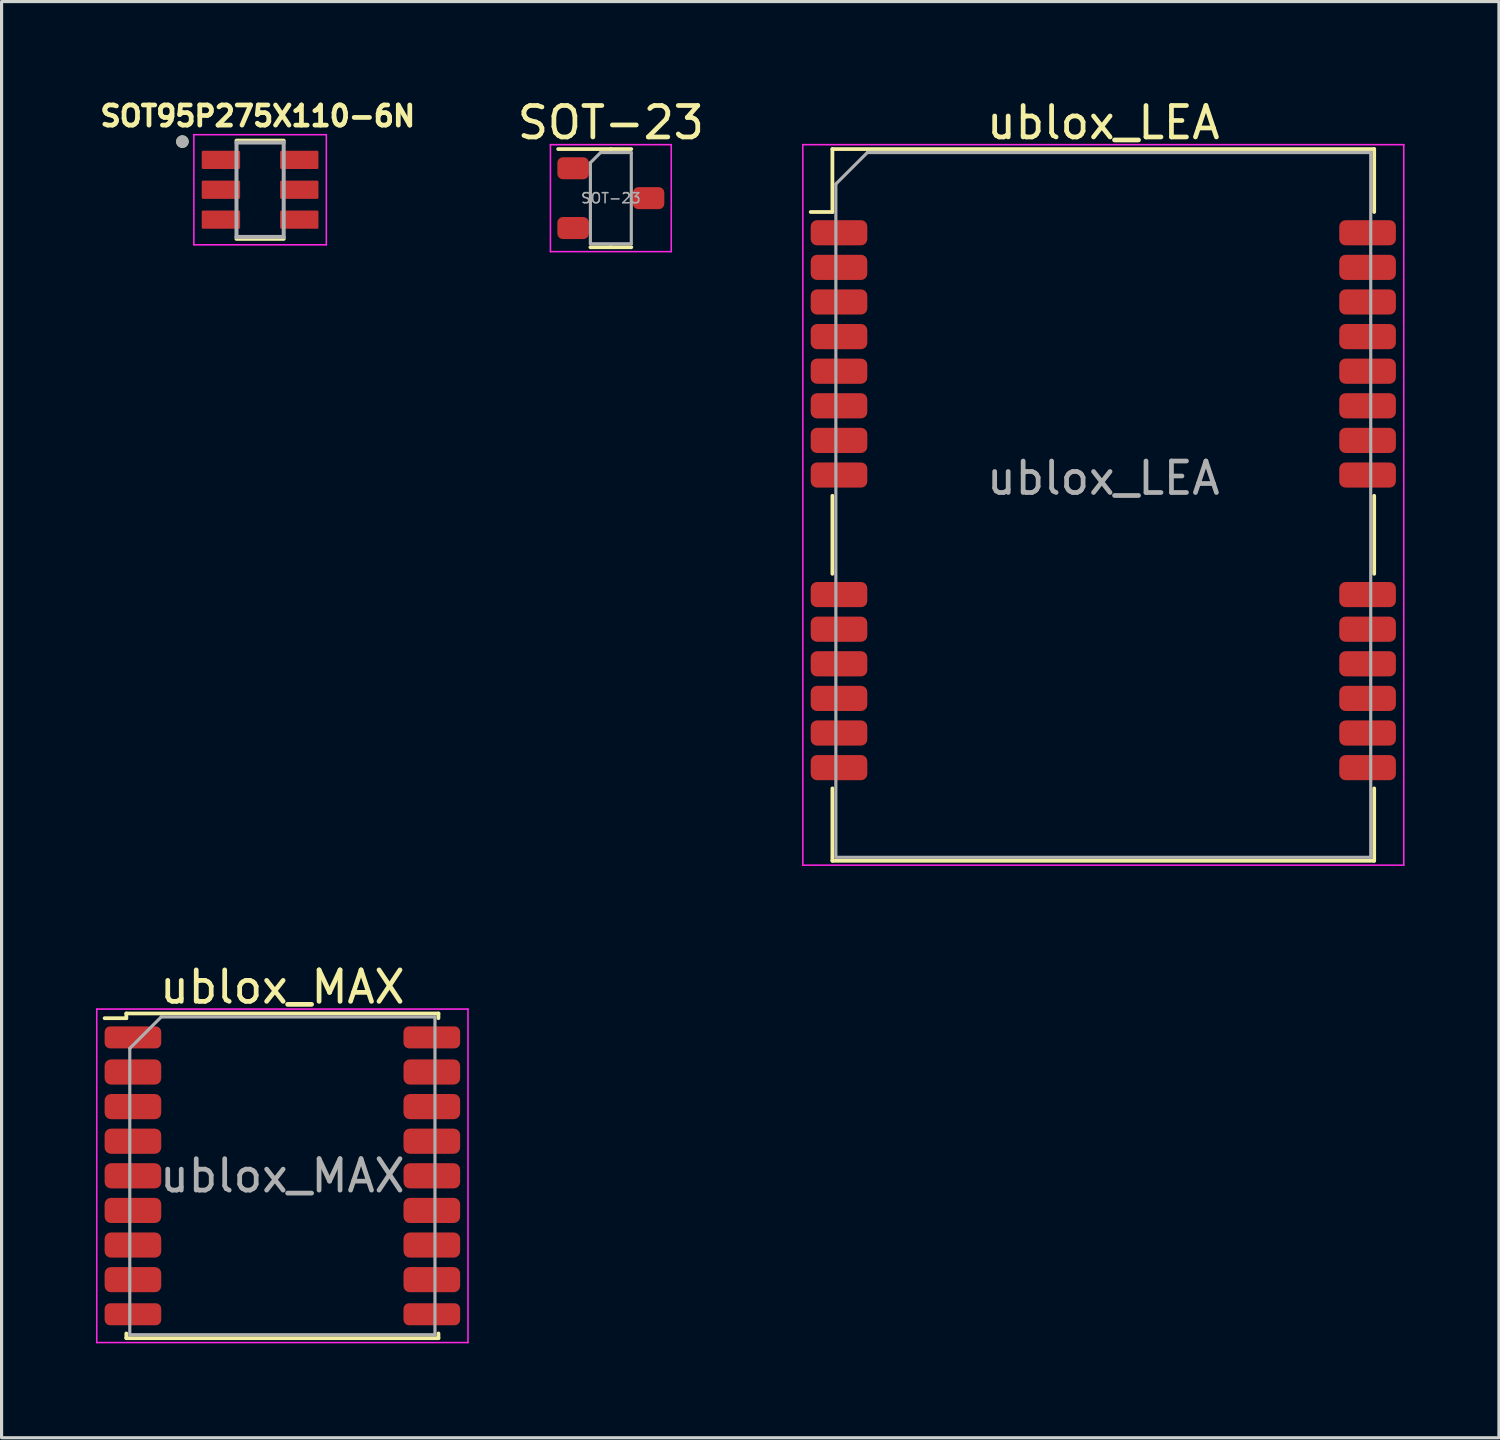
<source format=kicad_pcb>
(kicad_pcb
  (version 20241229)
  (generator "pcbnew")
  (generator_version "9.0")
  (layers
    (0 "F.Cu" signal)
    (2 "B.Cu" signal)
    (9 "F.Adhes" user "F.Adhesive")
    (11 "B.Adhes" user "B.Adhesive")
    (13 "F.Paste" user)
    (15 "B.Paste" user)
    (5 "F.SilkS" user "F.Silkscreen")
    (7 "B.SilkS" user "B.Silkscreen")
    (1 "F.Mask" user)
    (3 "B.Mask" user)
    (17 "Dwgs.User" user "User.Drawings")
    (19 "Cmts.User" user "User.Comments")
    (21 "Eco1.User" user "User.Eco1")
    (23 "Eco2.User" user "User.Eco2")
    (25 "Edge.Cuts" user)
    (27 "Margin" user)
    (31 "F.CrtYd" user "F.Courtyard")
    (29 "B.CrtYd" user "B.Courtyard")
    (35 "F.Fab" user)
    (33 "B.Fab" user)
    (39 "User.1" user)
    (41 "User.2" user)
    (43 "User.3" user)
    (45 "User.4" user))
  (footprint "ublox_LEA"
    (layer "F.Cu")
    (at 32.017 12.848)
    (property "Reference" "ublox_LEA" (at 0 -12 0) (layer "F.SilkS") (effects (font (size 1 1) (thickness 0.15))))
    (attr smd)
    (fp_line (start -9.3 -9.16) (end -8.61 -9.16) (stroke (width 0.12) (type solid)) (layer "F.SilkS"))
    (fp_line (start -8.61 -11.16) (end -8.61 -9.16) (stroke (width 0.12) (type solid)) (layer "F.SilkS"))
    (fp_line (start -8.61 -11.16) (end 8.61 -11.16) (stroke (width 0.12) (type solid)) (layer "F.SilkS"))
    (fp_line (start -8.61 -0.14) (end -8.61 2.34) (stroke (width 0.12) (type solid)) (layer "F.SilkS"))
    (fp_line (start -8.61 9.16) (end -8.61 11.46) (stroke (width 0.12) (type solid)) (layer "F.SilkS"))
    (fp_line (start -8.61 11.46) (end 8.61 11.46) (stroke (width 0.12) (type solid)) (layer "F.SilkS"))
    (fp_line (start 8.61 -11.16) (end 8.61 -9.16) (stroke (width 0.12) (type solid)) (layer "F.SilkS"))
    (fp_line (start 8.61 -0.14) (end 8.61 2.34) (stroke (width 0.12) (type solid)) (layer "F.SilkS"))
    (fp_line (start 8.61 9.16) (end 8.61 11.46) (stroke (width 0.12) (type solid)) (layer "F.SilkS"))
    (fp_line (start -9.55 -11.3) (end -9.55 11.6) (stroke (width 0.05) (type solid)) (layer "F.CrtYd"))
    (fp_line (start -9.55 -11.3) (end 9.55 -11.3) (stroke (width 0.05) (type solid)) (layer "F.CrtYd"))
    (fp_line (start -9.55 11.6) (end 9.55 11.6) (stroke (width 0.05) (type solid)) (layer "F.CrtYd"))
    (fp_line (start 9.55 -11.3) (end 9.55 11.6) (stroke (width 0.05) (type solid)) (layer "F.CrtYd"))
    (fp_line (start -8.5 -10.05) (end -8.5 11.34) (stroke (width 0.1) (type solid)) (layer "F.Fab"))
    (fp_line (start -8.5 11.35) (end 8.5 11.35) (stroke (width 0.1) (type solid)) (layer "F.Fab"))
    (fp_line (start -7.5 -11.05) (end -8.5 -10.05) (stroke (width 0.1) (type solid)) (layer "F.Fab"))
    (fp_line (start -7.5 -11.05) (end 8.5 -11.05) (stroke (width 0.1) (type solid)) (layer "F.Fab"))
    (fp_line (start 8.5 -11.05) (end 8.5 11.35) (stroke (width 0.1) (type solid)) (layer "F.Fab"))
    (fp_text user "${REFERENCE}" (at 0 -0.7 0) (layer "F.Fab") (effects (font (size 1 1) (thickness 0.15))))
    (pad "1" smd roundrect (at -8.4 -8.5) (size 1.8 0.8) (layers "F.Cu" "F.Mask" "F.Paste") (roundrect_rratio 0.25))
    (pad "2" smd roundrect (at -8.4 -7.4) (size 1.8 0.8) (layers "F.Cu" "F.Mask" "F.Paste") (roundrect_rratio 0.25))
    (pad "3" smd roundrect (at -8.4 -6.3) (size 1.8 0.8) (layers "F.Cu" "F.Mask" "F.Paste") (roundrect_rratio 0.25))
    (pad "4" smd roundrect (at -8.4 -5.2) (size 1.8 0.8) (layers "F.Cu" "F.Mask" "F.Paste") (roundrect_rratio 0.25))
    (pad "5" smd roundrect (at -8.4 -4.1) (size 1.8 0.8) (layers "F.Cu" "F.Mask" "F.Paste") (roundrect_rratio 0.25))
    (pad "6" smd roundrect (at -8.4 -3) (size 1.8 0.8) (layers "F.Cu" "F.Mask" "F.Paste") (roundrect_rratio 0.25))
    (pad "7" smd roundrect (at -8.4 -1.9) (size 1.8 0.8) (layers "F.Cu" "F.Mask" "F.Paste") (roundrect_rratio 0.25))
    (pad "8" smd roundrect (at -8.4 -0.8) (size 1.8 0.8) (layers "F.Cu" "F.Mask" "F.Paste") (roundrect_rratio 0.25))
    (pad "9" smd roundrect (at -8.4 3) (size 1.8 0.8) (layers "F.Cu" "F.Mask" "F.Paste") (roundrect_rratio 0.25))
    (pad "10" smd roundrect (at -8.4 4.1) (size 1.8 0.8) (layers "F.Cu" "F.Mask" "F.Paste") (roundrect_rratio 0.25))
    (pad "11" smd roundrect (at -8.4 5.2) (size 1.8 0.8) (layers "F.Cu" "F.Mask" "F.Paste") (roundrect_rratio 0.25))
    (pad "12" smd roundrect (at -8.4 6.3) (size 1.8 0.8) (layers "F.Cu" "F.Mask" "F.Paste") (roundrect_rratio 0.25))
    (pad "13" smd roundrect (at -8.4 7.4) (size 1.8 0.8) (layers "F.Cu" "F.Mask" "F.Paste") (roundrect_rratio 0.25))
    (pad "14" smd roundrect (at -8.4 8.5) (size 1.8 0.8) (layers "F.Cu" "F.Mask" "F.Paste") (roundrect_rratio 0.25))
    (pad "15" smd roundrect (at 8.4 8.5) (size 1.8 0.8) (layers "F.Cu" "F.Mask" "F.Paste") (roundrect_rratio 0.25))
    (pad "16" smd roundrect (at 8.4 7.4) (size 1.8 0.8) (layers "F.Cu" "F.Mask" "F.Paste") (roundrect_rratio 0.25))
    (pad "17" smd roundrect (at 8.4 6.3) (size 1.8 0.8) (layers "F.Cu" "F.Mask" "F.Paste") (roundrect_rratio 0.25))
    (pad "18" smd roundrect (at 8.4 5.2) (size 1.8 0.8) (layers "F.Cu" "F.Mask" "F.Paste") (roundrect_rratio 0.25))
    (pad "19" smd roundrect (at 8.4 4.1) (size 1.8 0.8) (layers "F.Cu" "F.Mask" "F.Paste") (roundrect_rratio 0.25))
    (pad "20" smd roundrect (at 8.4 3) (size 1.8 0.8) (layers "F.Cu" "F.Mask" "F.Paste") (roundrect_rratio 0.25))
    (pad "21" smd roundrect (at 8.4 -0.8) (size 1.8 0.8) (layers "F.Cu" "F.Mask" "F.Paste") (roundrect_rratio 0.25))
    (pad "22" smd roundrect (at 8.4 -1.9) (size 1.8 0.8) (layers "F.Cu" "F.Mask" "F.Paste") (roundrect_rratio 0.25))
    (pad "23" smd roundrect (at 8.4 -3) (size 1.8 0.8) (layers "F.Cu" "F.Mask" "F.Paste") (roundrect_rratio 0.25))
    (pad "24" smd roundrect (at 8.4 -4.1) (size 1.8 0.8) (layers "F.Cu" "F.Mask" "F.Paste") (roundrect_rratio 0.25))
    (pad "25" smd roundrect (at 8.4 -5.2) (size 1.8 0.8) (layers "F.Cu" "F.Mask" "F.Paste") (roundrect_rratio 0.25))
    (pad "26" smd roundrect (at 8.4 -6.3) (size 1.8 0.8) (layers "F.Cu" "F.Mask" "F.Paste") (roundrect_rratio 0.25))
    (pad "27" smd roundrect (at 8.4 -7.4) (size 1.8 0.8) (layers "F.Cu" "F.Mask" "F.Paste") (roundrect_rratio 0.25))
    (pad "28" smd roundrect (at 8.4 -8.5) (size 1.8 0.8) (layers "F.Cu" "F.Mask" "F.Paste") (roundrect_rratio 0.25)))
  (footprint "SOT95P275X110-6N"
    (layer "F.Cu")
    (at 5.217 2.981)
    (property "Reference" "SOT95P275X110-6N" (at -0.073 -2.343 0) (layer "F.SilkS") (effects (font (size 0.64 0.64) (thickness 0.15))))
    (attr through_hole)
    (fp_line (start -0.75 -1.56) (end 0.75 -1.56) (stroke (width 0.127) (type solid)) (layer "F.SilkS"))
    (fp_line (start -0.75 1.56) (end 0.75 1.56) (stroke (width 0.127) (type solid)) (layer "F.SilkS"))
    (fp_circle (center -2.47 -1.53) (end -2.37 -1.53) (stroke (width 0.2) (type solid)) (fill no) (layer "F.SilkS"))
    (fp_line (start -2.105 -1.75) (end -2.105 1.75) (stroke (width 0.05) (type solid)) (layer "F.CrtYd"))
    (fp_line (start -2.105 -1.75) (end 2.105 -1.75) (stroke (width 0.05) (type solid)) (layer "F.CrtYd"))
    (fp_line (start -2.105 1.75) (end 2.105 1.75) (stroke (width 0.05) (type solid)) (layer "F.CrtYd"))
    (fp_line (start 2.105 -1.75) (end 2.105 1.75) (stroke (width 0.05) (type solid)) (layer "F.CrtYd"))
    (fp_line (start -0.75 -1.5) (end -0.75 1.5) (stroke (width 0.127) (type solid)) (layer "F.Fab"))
    (fp_line (start -0.75 -1.5) (end 0.75 -1.5) (stroke (width 0.127) (type solid)) (layer "F.Fab"))
    (fp_line (start -0.75 1.5) (end 0.75 1.5) (stroke (width 0.127) (type solid)) (layer "F.Fab"))
    (fp_line (start 0.75 -1.5) (end 0.75 1.5) (stroke (width 0.127) (type solid)) (layer "F.Fab"))
    (fp_circle (center -2.47 -1.53) (end -2.37 -1.53) (stroke (width 0.2) (type solid)) (fill no) (layer "F.Fab"))
    (pad "1" smd roundrect (at -1.245 -0.95) (size 1.22 0.58) (layers "F.Cu" "F.Mask" "F.Paste") (roundrect_rratio 0.07))
    (pad "2" smd roundrect (at -1.245 0) (size 1.22 0.58) (layers "F.Cu" "F.Mask" "F.Paste") (roundrect_rratio 0.07))
    (pad "3" smd roundrect (at -1.245 0.95) (size 1.22 0.58) (layers "F.Cu" "F.Mask" "F.Paste") (roundrect_rratio 0.07))
    (pad "4" smd roundrect (at 1.245 0.95) (size 1.22 0.58) (layers "F.Cu" "F.Mask" "F.Paste") (roundrect_rratio 0.07))
    (pad "5" smd roundrect (at 1.245 0) (size 1.22 0.58) (layers "F.Cu" "F.Mask" "F.Paste") (roundrect_rratio 0.07))
    (pad "6" smd roundrect (at 1.245 -0.95) (size 1.22 0.58) (layers "F.Cu" "F.Mask" "F.Paste") (roundrect_rratio 0.07)))
  (footprint "ublox_MAX"
    (layer "F.Cu")
    (at 5.925 34.322)
    (property "Reference" "ublox_MAX" (at 0 -6 0) (layer "F.SilkS") (effects (font (size 1 1) (thickness 0.15))))
    (attr smd)
    (fp_line (start -5.65 -5.01) (end -4.96 -5.01) (stroke (width 0.12) (type solid)) (layer "F.SilkS"))
    (fp_line (start -4.96 -5.16) (end -4.96 -5.01) (stroke (width 0.12) (type solid)) (layer "F.SilkS"))
    (fp_line (start -4.96 -5.16) (end 4.96 -5.16) (stroke (width 0.12) (type solid)) (layer "F.SilkS"))
    (fp_line (start -4.96 5.01) (end -4.96 5.16) (stroke (width 0.12) (type solid)) (layer "F.SilkS"))
    (fp_line (start -4.96 5.16) (end 4.96 5.16) (stroke (width 0.12) (type solid)) (layer "F.SilkS"))
    (fp_line (start 4.96 -5.16) (end 4.96 -5.01) (stroke (width 0.12) (type solid)) (layer "F.SilkS"))
    (fp_line (start 4.96 5.01) (end 4.96 5.16) (stroke (width 0.12) (type solid)) (layer "F.SilkS"))
    (fp_line (start -5.9 -5.3) (end -5.9 5.3) (stroke (width 0.05) (type solid)) (layer "F.CrtYd"))
    (fp_line (start -5.9 -5.3) (end 5.9 -5.3) (stroke (width 0.05) (type solid)) (layer "F.CrtYd"))
    (fp_line (start -5.9 5.3) (end 5.9 5.3) (stroke (width 0.05) (type solid)) (layer "F.CrtYd"))
    (fp_line (start 5.9 -5.3) (end 5.9 5.3) (stroke (width 0.05) (type solid)) (layer "F.CrtYd"))
    (fp_line (start -4.85 -4.05) (end -4.85 5.05) (stroke (width 0.1) (type solid)) (layer "F.Fab"))
    (fp_line (start -4.85 5.05) (end 4.85 5.05) (stroke (width 0.1) (type solid)) (layer "F.Fab"))
    (fp_line (start -3.85 -5.05) (end -4.85 -4.05) (stroke (width 0.1) (type solid)) (layer "F.Fab"))
    (fp_line (start -3.85 -5.05) (end 4.85 -5.05) (stroke (width 0.1) (type solid)) (layer "F.Fab"))
    (fp_line (start 4.85 -5.05) (end 4.85 5.05) (stroke (width 0.1) (type solid)) (layer "F.Fab"))
    (fp_text user "${REFERENCE}" (at 0 0 0) (layer "F.Fab") (effects (font (size 1 1) (thickness 0.15))))
    (pad "1" smd roundrect (at -4.75 -4.4) (size 1.8 0.7) (layers "F.Cu" "F.Mask" "F.Paste") (roundrect_rratio 0.25))
    (pad "2" smd roundrect (at -4.75 -3.3) (size 1.8 0.8) (layers "F.Cu" "F.Mask" "F.Paste") (roundrect_rratio 0.25))
    (pad "3" smd roundrect (at -4.75 -2.2) (size 1.8 0.8) (layers "F.Cu" "F.Mask" "F.Paste") (roundrect_rratio 0.25))
    (pad "4" smd roundrect (at -4.75 -1.1) (size 1.8 0.8) (layers "F.Cu" "F.Mask" "F.Paste") (roundrect_rratio 0.25))
    (pad "5" smd roundrect (at -4.75 0) (size 1.8 0.8) (layers "F.Cu" "F.Mask" "F.Paste") (roundrect_rratio 0.25))
    (pad "6" smd roundrect (at -4.75 1.1) (size 1.8 0.8) (layers "F.Cu" "F.Mask" "F.Paste") (roundrect_rratio 0.25))
    (pad "7" smd roundrect (at -4.75 2.2) (size 1.8 0.8) (layers "F.Cu" "F.Mask" "F.Paste") (roundrect_rratio 0.25))
    (pad "8" smd roundrect (at -4.75 3.3) (size 1.8 0.8) (layers "F.Cu" "F.Mask" "F.Paste") (roundrect_rratio 0.25))
    (pad "9" smd roundrect (at -4.75 4.4) (size 1.8 0.7) (layers "F.Cu" "F.Mask" "F.Paste") (roundrect_rratio 0.25))
    (pad "10" smd roundrect (at 4.75 4.4) (size 1.8 0.7) (layers "F.Cu" "F.Mask" "F.Paste") (roundrect_rratio 0.25))
    (pad "11" smd roundrect (at 4.75 3.3) (size 1.8 0.8) (layers "F.Cu" "F.Mask" "F.Paste") (roundrect_rratio 0.25))
    (pad "12" smd roundrect (at 4.75 2.2) (size 1.8 0.8) (layers "F.Cu" "F.Mask" "F.Paste") (roundrect_rratio 0.25))
    (pad "13" smd roundrect (at 4.75 1.1) (size 1.8 0.8) (layers "F.Cu" "F.Mask" "F.Paste") (roundrect_rratio 0.25))
    (pad "14" smd roundrect (at 4.75 0) (size 1.8 0.8) (layers "F.Cu" "F.Mask" "F.Paste") (roundrect_rratio 0.25))
    (pad "15" smd roundrect (at 4.75 -1.1) (size 1.8 0.8) (layers "F.Cu" "F.Mask" "F.Paste") (roundrect_rratio 0.25))
    (pad "16" smd roundrect (at 4.75 -2.2) (size 1.8 0.8) (layers "F.Cu" "F.Mask" "F.Paste") (roundrect_rratio 0.25))
    (pad "17" smd roundrect (at 4.75 -3.3) (size 1.8 0.8) (layers "F.Cu" "F.Mask" "F.Paste") (roundrect_rratio 0.25))
    (pad "18" smd roundrect (at 4.75 -4.4) (size 1.8 0.7) (layers "F.Cu" "F.Mask" "F.Paste") (roundrect_rratio 0.25)))
  (footprint "SOT-23"
    (layer "F.Cu")
    (at 16.365 3.248)
    (property "Reference" "SOT-23" (at 0 -2.4 0) (layer "F.SilkS") (effects (font (size 1 1) (thickness 0.15))))
    (attr smd)
    (fp_line (start 0 -1.56) (end -1.675 -1.56) (stroke (width 0.12) (type solid)) (layer "F.SilkS"))
    (fp_line (start 0 -1.56) (end 0.65 -1.56) (stroke (width 0.12) (type solid)) (layer "F.SilkS"))
    (fp_line (start 0 1.56) (end -0.65 1.56) (stroke (width 0.12) (type solid)) (layer "F.SilkS"))
    (fp_line (start 0 1.56) (end 0.65 1.56) (stroke (width 0.12) (type solid)) (layer "F.SilkS"))
    (fp_line (start -1.92 -1.7) (end -1.92 1.7) (stroke (width 0.05) (type solid)) (layer "F.CrtYd"))
    (fp_line (start -1.92 1.7) (end 1.92 1.7) (stroke (width 0.05) (type solid)) (layer "F.CrtYd"))
    (fp_line (start 1.92 -1.7) (end -1.92 -1.7) (stroke (width 0.05) (type solid)) (layer "F.CrtYd"))
    (fp_line (start 1.92 1.7) (end 1.92 -1.7) (stroke (width 0.05) (type solid)) (layer "F.CrtYd"))
    (fp_line (start -0.65 -1.125) (end -0.325 -1.45) (stroke (width 0.1) (type solid)) (layer "F.Fab"))
    (fp_line (start -0.65 1.45) (end -0.65 -1.125) (stroke (width 0.1) (type solid)) (layer "F.Fab"))
    (fp_line (start -0.325 -1.45) (end 0.65 -1.45) (stroke (width 0.1) (type solid)) (layer "F.Fab"))
    (fp_line (start 0.65 -1.45) (end 0.65 1.45) (stroke (width 0.1) (type solid)) (layer "F.Fab"))
    (fp_line (start 0.65 1.45) (end -0.65 1.45) (stroke (width 0.1) (type solid)) (layer "F.Fab"))
    (fp_text user "${REFERENCE}" (at 0 0 0) (layer "F.Fab") (effects (font (size 0.32 0.32) (thickness 0.05))))
    (pad "1" smd roundrect (at -1.2 -0.95) (size 1 0.7) (layers "F.Cu" "F.Mask" "F.Paste") (roundrect_rratio 0.25))
    (pad "2" smd roundrect (at -1.2 0.95) (size 1 0.7) (layers "F.Cu" "F.Mask" "F.Paste") (roundrect_rratio 0.25))
    (pad "3" smd roundrect (at 1.2 0) (size 1 0.7) (layers "F.Cu" "F.Mask" "F.Paste") (roundrect_rratio 0.25)))
  (gr_rect
    (start -3 -3)
    (end 44.592 42.647)
    (stroke (width 0.1) (type default))
    (fill no)
    (layer "Edge.Cuts")))
</source>
